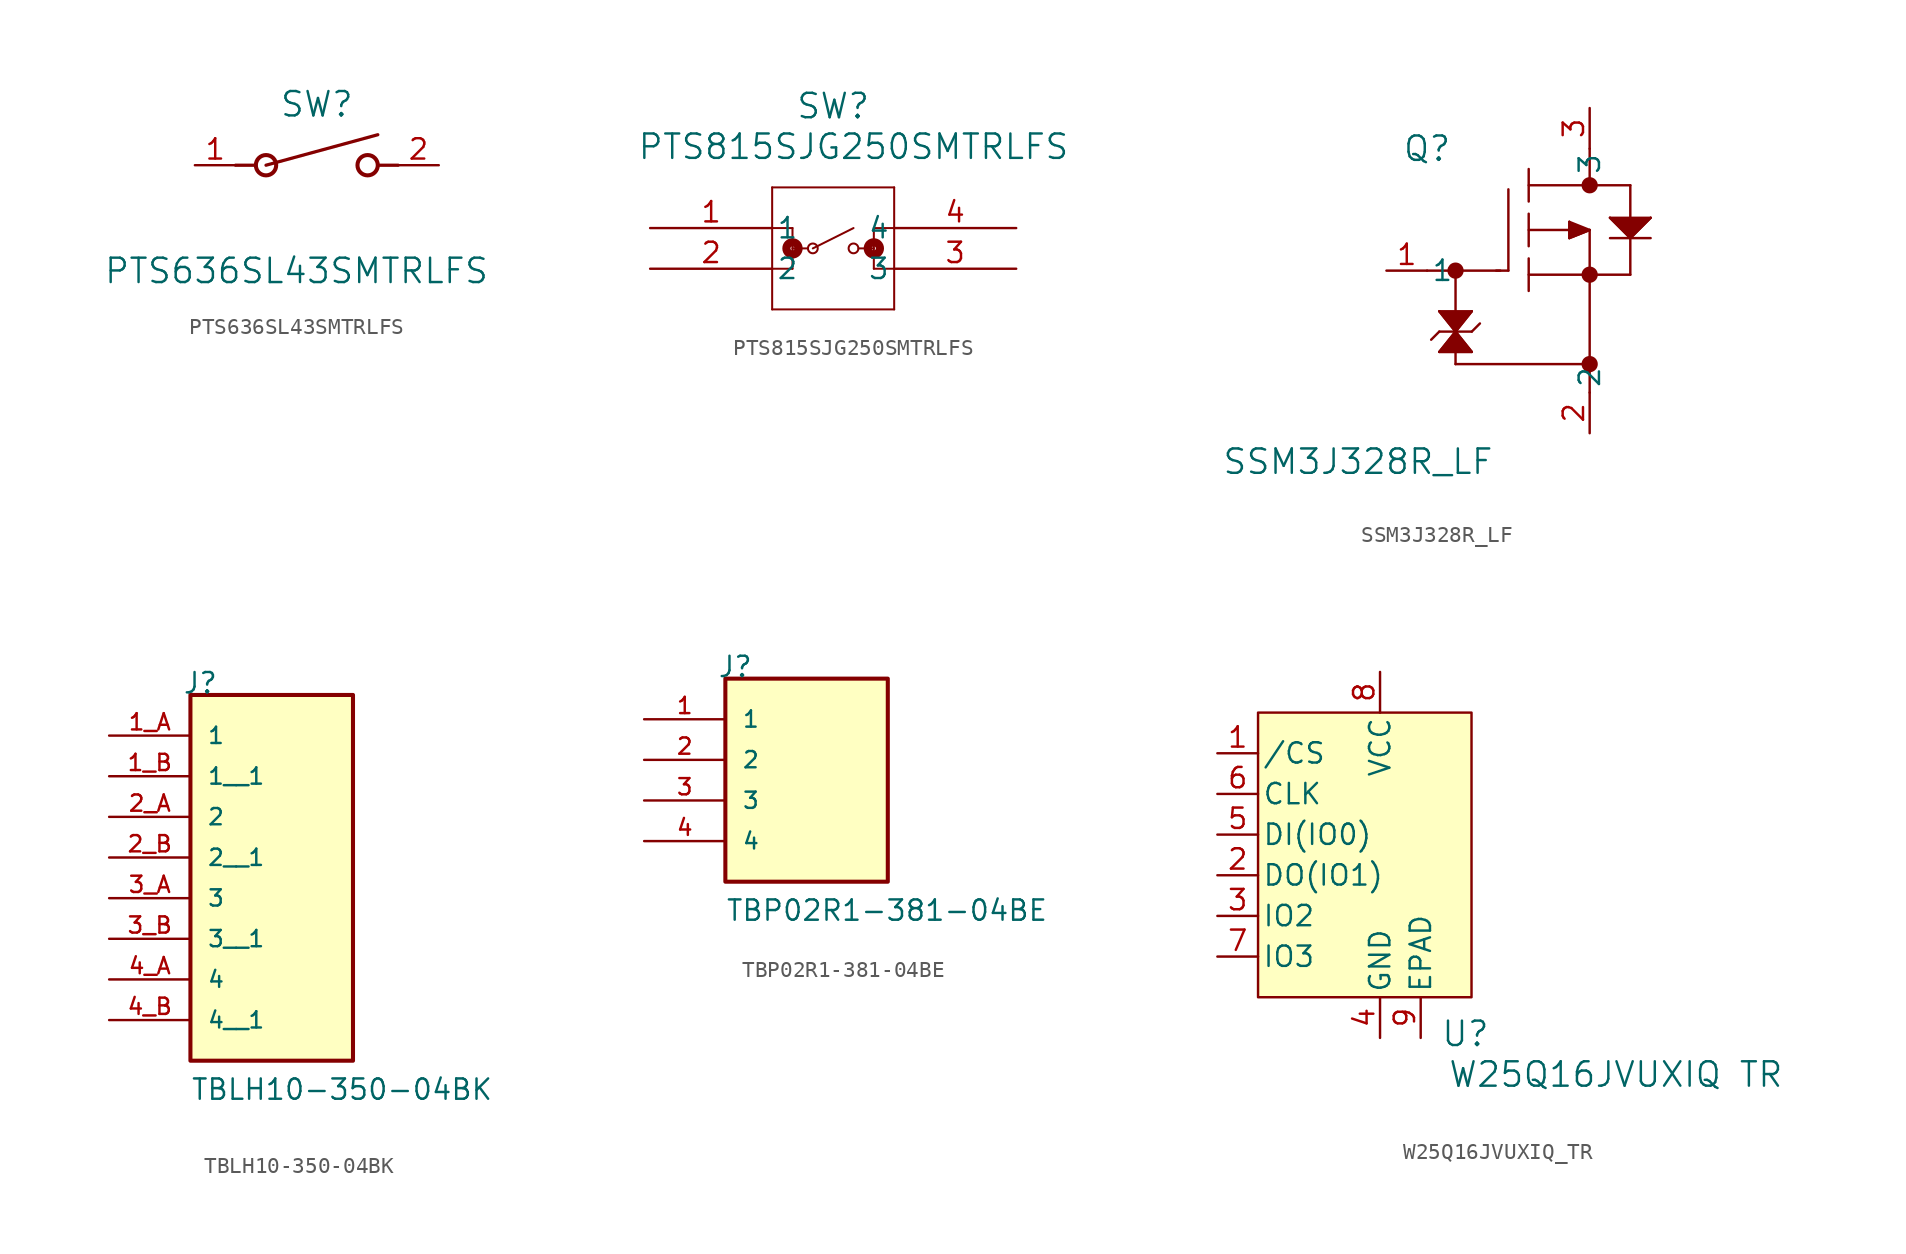
<source format=kicad_sym>
(kicad_symbol_lib
  (version 20241209)
  (generator "kicad_symbol_editor")
  (generator_version "9.0")
  (symbol "PTS636SL43SMTRLFS"
    (pin_names
      (offset 0.254))
    (property "Reference" "SW"
      (at 7.62 3.81 0)
      (effects (font (size 1.524 1.524))))
    (property "Value" "PTS636SL43SMTRLFS"
      (at 6.35 -6.604 0)
      (effects (font (size 1.524 1.524))))
    (property "ki_locked" ""
      (at 0 0 0)
      (effects (font (size 1.27 1.27))))
    (symbol "PTS636SL43SMTRLFS_0_1"
      (polyline (pts (xy 2.54 0) (xy 3.81 0)) (stroke (width 0.203) (type default)) (fill (type none)))
      (polyline (pts (xy 4.445 0) (xy 11.43 1.905)) (stroke (width 0.203) (type default)) (fill (type none)))
      (circle (center 4.445 0) (radius 0.635) (stroke (width 0.254) (type default)) (fill (type none)))
      (circle (center 10.795 0) (radius 0.635) (stroke (width 0.254) (type default)) (fill (type none)))
      (polyline (pts (xy 12.7 0) (xy 11.43 0)) (stroke (width 0.203) (type default)) (fill (type none))))
    (symbol "PTS636SL43SMTRLFS_1_1"
      (pin unspecified line (at 0 0 0) (length 2.54) (name "" (effects (font (size 1.27 1.27)))) (number "1" (effects (font (size 1.27 1.27)))))
      (pin unspecified line (at 15.24 0 180) (length 2.54) (name "" (effects (font (size 1.27 1.27)))) (number "2" (effects (font (size 1.27 1.27)))))))
  (symbol "PTS815SJG250SMTRLFS"
    (pin_names
      (offset 0.254))
    (property "Reference" "SW"
      (at 11.43 7.62 0)
      (effects (font (size 1.524 1.524))))
    (property "Value" "PTS815SJG250SMTRLFS"
      (at 12.7 5.08 0)
      (effects (font (size 1.524 1.524))))
    (property "ki_locked" ""
      (at 0 0 0)
      (effects (font (size 1.27 1.27))))
    (symbol "PTS815SJG250SMTRLFS_0_1"
      (polyline (pts (xy 7.62 2.54) (xy 7.62 -5.08)) (stroke (width 0.127) (type default)) (fill (type none)))
      (polyline (pts (xy 7.62 0) (xy 8.89 0)) (stroke (width 0.127) (type default)) (fill (type none)))
      (polyline (pts (xy 7.62 -5.08) (xy 15.24 -5.08)) (stroke (width 0.127) (type default)) (fill (type none)))
      (polyline (pts (xy 8.89 0) (xy 8.89 -2.54)) (stroke (width 0.127) (type default)) (fill (type none)))
      (polyline (pts (xy 8.89 -1.27) (xy 9.842 -1.27)) (stroke (width 0.127) (type default)) (fill (type none)))
      (circle (center 8.89 -1.27) (radius 0.127) (stroke (width 0.508) (type default)) (fill (type none)))
      (polyline (pts (xy 8.89 -2.54) (xy 7.62 -2.54)) (stroke (width 0.127) (type default)) (fill (type none)))
      (polyline (pts (xy 10.16 -1.27) (xy 12.7 0)) (stroke (width 0.127) (type default)) (fill (type none)))
      (circle (center 10.16 -1.27) (radius 0.305) (stroke (width 0.127) (type default)) (fill (type none)))
      (circle (center 12.7 -1.27) (radius 0.305) (stroke (width 0.127) (type default)) (fill (type none)))
      (polyline (pts (xy 13.018 -1.27) (xy 13.97 -1.27)) (stroke (width 0.127) (type default)) (fill (type none)))
      (polyline (pts (xy 13.97 0) (xy 13.97 -2.54)) (stroke (width 0.127) (type default)) (fill (type none)))
      (polyline (pts (xy 13.97 0) (xy 15.24 0)) (stroke (width 0.127) (type default)) (fill (type none)))
      (circle (center 13.97 -1.27) (radius 0.127) (stroke (width 0.508) (type default)) (fill (type none)))
      (polyline (pts (xy 13.97 -2.54) (xy 15.24 -2.54)) (stroke (width 0.127) (type default)) (fill (type none)))
      (polyline (pts (xy 15.24 2.54) (xy 7.62 2.54)) (stroke (width 0.127) (type default)) (fill (type none)))
      (polyline (pts (xy 15.24 -5.08) (xy 15.24 2.54)) (stroke (width 0.127) (type default)) (fill (type none)))
      (pin unspecified line (at 0 0 0) (length 7.62) (name "1" (effects (font (size 1.27 1.27)))) (number "1" (effects (font (size 1.27 1.27)))))
      (pin unspecified line (at 0 -2.54 0) (length 7.62) (name "2" (effects (font (size 1.27 1.27)))) (number "2" (effects (font (size 1.27 1.27)))))
      (pin unspecified line (at 22.86 0 180) (length 7.62) (name "4" (effects (font (size 1.27 1.27)))) (number "4" (effects (font (size 1.27 1.27)))))
      (pin unspecified line (at 22.86 -2.54 180) (length 7.62) (name "3" (effects (font (size 1.27 1.27)))) (number "3" (effects (font (size 1.27 1.27)))))))
  (symbol "SSM3J328R_LF"
    (pin_names
      (offset 0.254))
    (property "Reference" "Q"
      (at 0 0 0)
      (effects (font (size 1.524 1.524))))
    (property "Value" "SSM3J328R_LF"
      (at -4.318 -19.558 0)
      (effects (font (size 1.524 1.524))))
    (property "ki_locked" ""
      (at 0 0 0)
      (effects (font (size 1.27 1.27))))
    (symbol "SSM3J328R_LF_0_1"
      (polyline (pts (xy 0 -7.62) (xy 4.572 -7.62)) (stroke (width 0.152) (type default)) (fill (type none)))
      (polyline (pts (xy 0.762 -10.16) (xy 1.778 -11.43)) (stroke (width 0.152) (type default)) (fill (type none)))
      (polyline (pts (xy 0.762 -10.16) (xy 2.794 -10.16)) (stroke (width 0.152) (type default)) (fill (type none)))
      (polyline (pts (xy 0.762 -10.16) (xy 1.778 -11.43) (xy 0.762 -12.7) (xy 2.794 -12.7) (xy 1.778 -11.43) (xy 2.794 -10.16)) (stroke (width 0) (type default)) (fill (type outline)))
      (polyline (pts (xy 0.762 -11.43) (xy 0.254 -11.938)) (stroke (width 0.152) (type default)) (fill (type none)))
      (polyline (pts (xy 0.762 -11.43) (xy 2.794 -11.43)) (stroke (width 0.152) (type default)) (fill (type none)))
      (polyline (pts (xy 0.762 -12.7) (xy 2.794 -12.7)) (stroke (width 0.152) (type default)) (fill (type none)))
      (polyline (pts (xy 1.778 -7.62) (xy 1.778 -10.16)) (stroke (width 0.152) (type default)) (fill (type none)))
      (circle (center 1.778 -7.62) (radius 0.254) (stroke (width 0.508) (type default)) (fill (type none)))
      (polyline (pts (xy 1.778 -11.43) (xy 0.762 -12.7)) (stroke (width 0.152) (type default)) (fill (type none)))
      (polyline (pts (xy 1.778 -12.7) (xy 1.778 -13.462)) (stroke (width 0.152) (type default)) (fill (type none)))
      (polyline (pts (xy 1.778 -13.462) (xy 10.16 -13.462)) (stroke (width 0.152) (type default)) (fill (type none)))
      (polyline (pts (xy 2.794 -10.16) (xy 1.778 -11.43)) (stroke (width 0.152) (type default)) (fill (type none)))
      (polyline (pts (xy 2.794 -11.43) (xy 3.302 -10.922)) (stroke (width 0.152) (type default)) (fill (type none)))
      (polyline (pts (xy 2.794 -12.7) (xy 1.778 -11.43)) (stroke (width 0.152) (type default)) (fill (type none)))
      (polyline (pts (xy 5.08 -7.62) (xy 4.318 -7.62)) (stroke (width 0.152) (type default)) (fill (type none)))
      (polyline (pts (xy 5.08 -7.62) (xy 5.08 -2.54)) (stroke (width 0.152) (type default)) (fill (type none)))
      (polyline (pts (xy 6.35 -3.302) (xy 6.35 -1.27)) (stroke (width 0.152) (type default)) (fill (type none)))
      (polyline (pts (xy 6.35 -5.08) (xy 8.89 -5.08)) (stroke (width 0.152) (type default)) (fill (type none)))
      (polyline (pts (xy 6.35 -6.096) (xy 6.35 -4.064)) (stroke (width 0.152) (type default)) (fill (type none)))
      (polyline (pts (xy 6.35 -7.874) (xy 12.7 -7.874)) (stroke (width 0.152) (type default)) (fill (type none)))
      (polyline (pts (xy 6.35 -8.89) (xy 6.35 -6.858)) (stroke (width 0.152) (type default)) (fill (type none)))
      (polyline (pts (xy 8.89 -4.572) (xy 8.89 -5.588)) (stroke (width 0.152) (type default)) (fill (type none)))
      (polyline (pts (xy 8.89 -4.572) (xy 8.89 -5.588) (xy 10.16 -5.08)) (stroke (width 0) (type default)) (fill (type outline)))
      (polyline (pts (xy 8.89 -5.588) (xy 10.16 -5.08)) (stroke (width 0.152) (type default)) (fill (type none)))
      (polyline (pts (xy 10.16 0) (xy 10.16 -2.286)) (stroke (width 0.152) (type default)) (fill (type none)))
      (circle (center 10.16 -2.286) (radius 0.254) (stroke (width 0.508) (type default)) (fill (type none)))
      (polyline (pts (xy 10.16 -5.08) (xy 8.89 -4.572)) (stroke (width 0.152) (type default)) (fill (type none)))
      (polyline (pts (xy 10.16 -5.08) (xy 10.16 -15.24)) (stroke (width 0.152) (type default)) (fill (type none)))
      (circle (center 10.16 -7.874) (radius 0.254) (stroke (width 0.508) (type default)) (fill (type none)))
      (circle (center 10.16 -13.462) (radius 0.254) (stroke (width 0.508) (type default)) (fill (type none)))
      (polyline (pts (xy 11.43 -4.318) (xy 13.97 -4.318)) (stroke (width 0.152) (type default)) (fill (type none)))
      (polyline (pts (xy 11.43 -4.318) (xy 12.7 -5.588) (xy 13.97 -4.318)) (stroke (width 0) (type default)) (fill (type outline)))
      (polyline (pts (xy 11.43 -5.588) (xy 13.97 -5.588)) (stroke (width 0.152) (type default)) (fill (type none)))
      (polyline (pts (xy 12.7 -2.286) (xy 6.35 -2.286)) (stroke (width 0.152) (type default)) (fill (type none)))
      (polyline (pts (xy 12.7 -4.318) (xy 12.7 -2.286)) (stroke (width 0.152) (type default)) (fill (type none)))
      (polyline (pts (xy 12.7 -5.588) (xy 11.43 -4.318)) (stroke (width 0.152) (type default)) (fill (type none)))
      (polyline (pts (xy 12.7 -7.874) (xy 12.7 -5.588)) (stroke (width 0.152) (type default)) (fill (type none)))
      (polyline (pts (xy 13.97 -4.318) (xy 12.7 -5.588)) (stroke (width 0.152) (type default)) (fill (type none)))
      (pin unspecified line (at -2.54 -7.62 0) (length 2.54) (name "1" (effects (font (size 1.27 1.27)))) (number "1" (effects (font (size 1.27 1.27)))))
      (pin unspecified line (at 10.16 2.54 270) (length 2.54) (name "3" (effects (font (size 1.27 1.27)))) (number "3" (effects (font (size 1.27 1.27)))))
      (pin unspecified line (at 10.16 -17.78 90) (length 2.54) (name "2" (effects (font (size 1.27 1.27)))) (number "2" (effects (font (size 1.27 1.27)))))))
  (symbol "TBLH10-350-04BK"
    (pin_names
      (offset 1.016))
    (property "Reference" "J"
      (at -5.588 7.62 0)
      (effects (font (size 1.27 1.27)) (justify left bottom)))
    (property "Value" "TBLH10-350-04BK"
      (at -5.08 -17.78 0)
      (effects (font (size 1.27 1.27)) (justify left bottom)))
    (property "ki_locked" ""
      (at 0 0 0)
      (effects (font (size 1.27 1.27))))
    (symbol "TBLH10-350-04BK_0_0"
      (rectangle (start -5.08 -15.24) (end 5.08 7.62) (stroke (width 0.254) (type solid)) (fill (type background)))
      (pin passive line (at -10.16 5.08 0) (length 5.08) (name "1" (effects (font (size 1.016 1.016)))) (number "1_A" (effects (font (size 1.016 1.016)))))
      (pin passive line (at -10.16 2.54 0) (length 5.08) (name "1__1" (effects (font (size 1.016 1.016)))) (number "1_B" (effects (font (size 1.016 1.016)))))
      (pin passive line (at -10.16 0 0) (length 5.08) (name "2" (effects (font (size 1.016 1.016)))) (number "2_A" (effects (font (size 1.016 1.016)))))
      (pin passive line (at -10.16 -2.54 0) (length 5.08) (name "2__1" (effects (font (size 1.016 1.016)))) (number "2_B" (effects (font (size 1.016 1.016)))))
      (pin passive line (at -10.16 -5.08 0) (length 5.08) (name "3" (effects (font (size 1.016 1.016)))) (number "3_A" (effects (font (size 1.016 1.016)))))
      (pin passive line (at -10.16 -7.62 0) (length 5.08) (name "3__1" (effects (font (size 1.016 1.016)))) (number "3_B" (effects (font (size 1.016 1.016)))))
      (pin passive line (at -10.16 -10.16 0) (length 5.08) (name "4" (effects (font (size 1.016 1.016)))) (number "4_A" (effects (font (size 1.016 1.016)))))
      (pin passive line (at -10.16 -12.7 0) (length 5.08) (name "4__1" (effects (font (size 1.016 1.016)))) (number "4_B" (effects (font (size 1.016 1.016)))))))
  (symbol "TBP02R1-381-04BE"
    (pin_names
      (offset 1.016))
    (property "Reference" "J"
      (at -5.588 7.62 0)
      (effects (font (size 1.27 1.27)) (justify left bottom)))
    (property "Value" "TBP02R1-381-04BE"
      (at -5.08 -7.62 0)
      (effects (font (size 1.27 1.27)) (justify left bottom)))
    (property "ki_locked" ""
      (at 0 0 0)
      (effects (font (size 1.27 1.27))))
    (symbol "TBP02R1-381-04BE_0_0"
      (rectangle (start -5.08 -5.08) (end 5.08 7.62) (stroke (width 0.254) (type solid)) (fill (type background)))
      (pin passive line (at -10.16 5.08 0) (length 5.08) (name "1" (effects (font (size 1.016 1.016)))) (number "1" (effects (font (size 1.016 1.016)))))
      (pin passive line (at -10.16 2.54 0) (length 5.08) (name "2" (effects (font (size 1.016 1.016)))) (number "2" (effects (font (size 1.016 1.016)))))
      (pin passive line (at -10.16 0 0) (length 5.08) (name "3" (effects (font (size 1.016 1.016)))) (number "3" (effects (font (size 1.016 1.016)))))
      (pin passive line (at -10.16 -2.54 0) (length 5.08) (name "4" (effects (font (size 1.016 1.016)))) (number "4" (effects (font (size 1.016 1.016)))))))
  (symbol "W25Q16JVUXIQ_TR"
    (pin_names
      (offset 0.254))
    (property "Reference" "U"
      (at 15.494 -17.526 0)
      (effects (font (size 1.524 1.524))))
    (property "Value" "W25Q16JVUXIQ TR"
      (at 24.892 -20.066 0)
      (effects (font (size 1.524 1.524))))
    (property "ki_locked" ""
      (at 0 0 0)
      (effects (font (size 1.27 1.27))))
    (symbol "W25Q16JVUXIQ_TR_0_1"
      (pin unspecified line (at 0 0 0) (length 2.54) (name "/CS" (effects (font (size 1.27 1.27)))) (number "1" (effects (font (size 1.27 1.27)))))
      (pin unspecified line (at 0 -2.54 0) (length 2.54) (name "CLK" (effects (font (size 1.27 1.27)))) (number "6" (effects (font (size 1.27 1.27)))))
      (pin unspecified line (at 0 -5.08 0) (length 2.54) (name "DI(IO0)" (effects (font (size 1.27 1.27)))) (number "5" (effects (font (size 1.27 1.27)))))
      (pin unspecified line (at 0 -7.62 0) (length 2.54) (name "DO(IO1)" (effects (font (size 1.27 1.27)))) (number "2" (effects (font (size 1.27 1.27)))))
      (pin unspecified line (at 10.16 5.08 270) (length 2.54) (name "VCC" (effects (font (size 1.27 1.27)))) (number "8" (effects (font (size 1.27 1.27)))))
      (pin unspecified line (at 12.7 -17.78 90) (length 2.54) (name "EPAD" (effects (font (size 1.27 1.27)))) (number "9" (effects (font (size 1.27 1.27))))))
    (symbol "W25Q16JVUXIQ_TR_1_1"
      (rectangle (start 2.54 2.54) (end 15.875 -15.24) (stroke (width 0) (type default)) (fill (type background)))
      (pin unspecified line (at 0 -10.16 0) (length 2.54) (name "IO2" (effects (font (size 1.27 1.27)))) (number "3" (effects (font (size 1.27 1.27)))))
      (pin unspecified line (at 0 -12.7 0) (length 2.54) (name "IO3" (effects (font (size 1.27 1.27)))) (number "7" (effects (font (size 1.27 1.27)))))
      (pin unspecified line (at 10.16 -17.78 90) (length 2.54) (name "GND" (effects (font (size 1.27 1.27)))) (number "4" (effects (font (size 1.27 1.27))))))))
</source>
